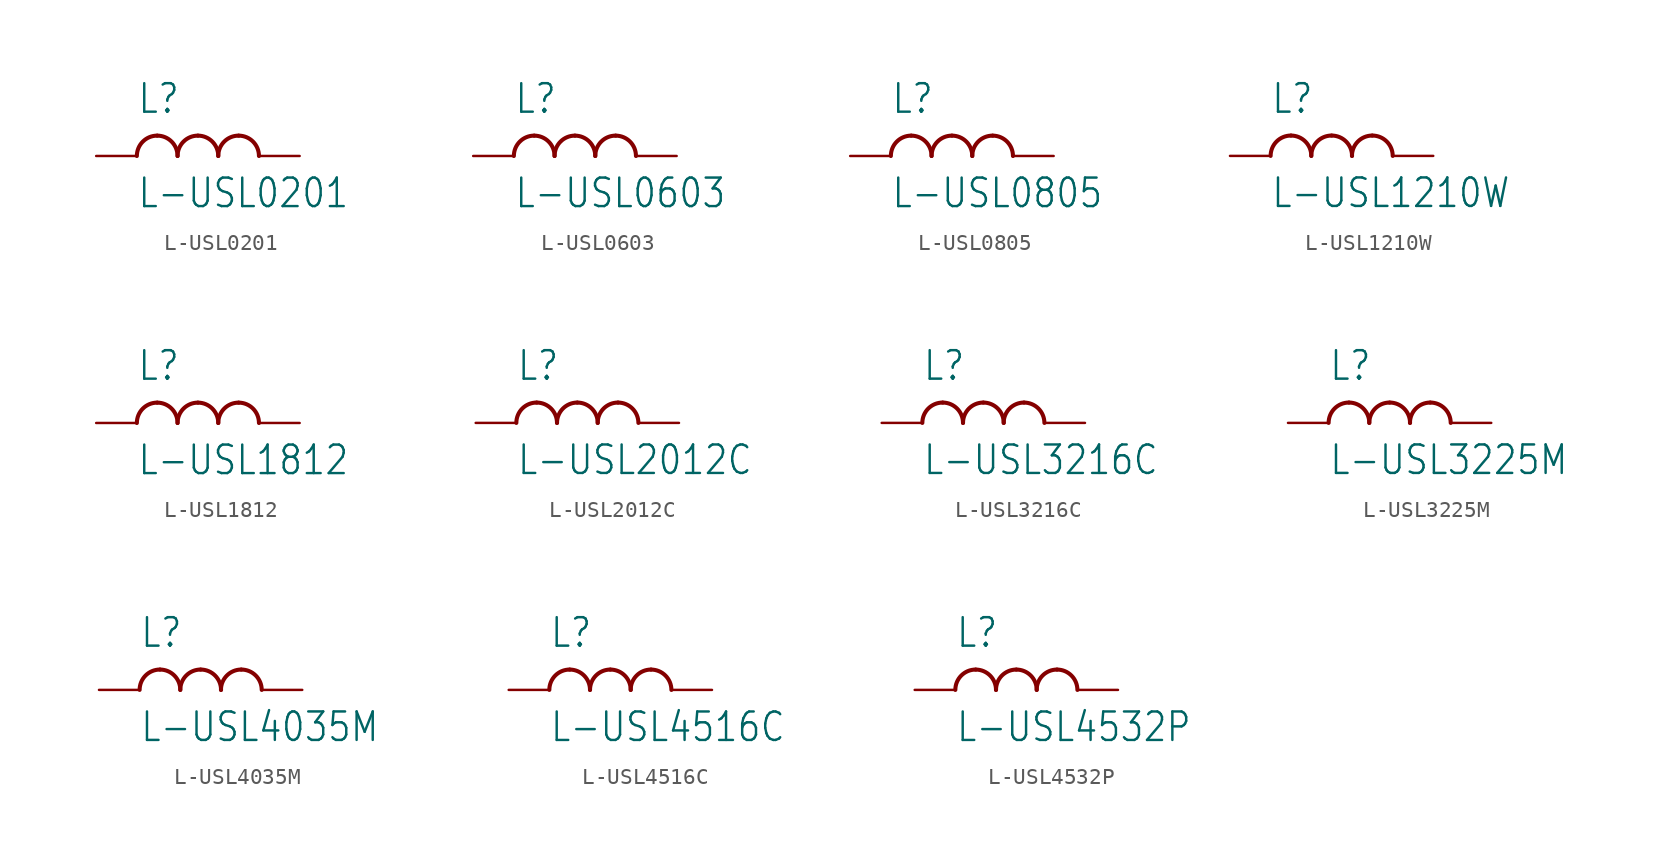
<source format=kicad_sym>
(kicad_symbol_lib
  (version 20211014)
  (generator kicad_symbol_editor)
  (symbol "L-USL0201"
    (property "Reference" "L"
      (at -5.08 2.54 0)
      (effects (font (size 1.778 1.511)) (justify left bottom)))
    (property "Value" "L-USL0201"
      (at -5.08 -1.27 0)
      (effects (font (size 1.778 1.511)) (justify left top)))
    (property "ki_locked" ""
      (at 0 0 0)
      (effects (font (size 1.27 1.27))))
    (symbol "L-USL0201_1_0"
      (arc (start -3.81 1.27) (mid -4.708 0.898) (end -5.08 0) (stroke (width 0.254) (type default) (color 0 0 0 0)) (fill (type none)))
      (arc (start -2.54 0) (mid -2.912 0.898) (end -3.81 1.27) (stroke (width 0.254) (type default) (color 0 0 0 0)) (fill (type none)))
      (arc (start -1.27 1.27) (mid -2.168 0.898) (end -2.54 0) (stroke (width 0.254) (type default) (color 0 0 0 0)) (fill (type none)))
      (arc (start 0 0) (mid -0.372 0.898) (end -1.27 1.27) (stroke (width 0.254) (type default) (color 0 0 0 0)) (fill (type none)))
      (arc (start 1.27 1.27) (mid 0.372 0.898) (end 0 0) (stroke (width 0.254) (type default) (color 0 0 0 0)) (fill (type none)))
      (arc (start 2.54 0) (mid 2.168 0.898) (end 1.27 1.27) (stroke (width 0.254) (type default) (color 0 0 0 0)) (fill (type none)))
      (pin passive line (at -7.62 0 0) (length 2.54) (name "1" (effects (font (size 0 0)))) (number "1" (effects (font (size 0 0)))))
      (pin passive line (at 5.08 0 180) (length 2.54) (name "2" (effects (font (size 0 0)))) (number "2" (effects (font (size 0 0)))))))
  (symbol "L-USL0603"
    (property "Reference" "L"
      (at -5.08 2.54 0)
      (effects (font (size 1.778 1.511)) (justify left bottom)))
    (property "Value" "L-USL0603"
      (at -5.08 -1.27 0)
      (effects (font (size 1.778 1.511)) (justify left top)))
    (property "ki_locked" ""
      (at 0 0 0)
      (effects (font (size 1.27 1.27))))
    (symbol "L-USL0603_1_0"
      (arc (start -3.81 1.27) (mid -4.708 0.898) (end -5.08 0) (stroke (width 0.254) (type default) (color 0 0 0 0)) (fill (type none)))
      (arc (start -2.54 0) (mid -2.912 0.898) (end -3.81 1.27) (stroke (width 0.254) (type default) (color 0 0 0 0)) (fill (type none)))
      (arc (start -1.27 1.27) (mid -2.168 0.898) (end -2.54 0) (stroke (width 0.254) (type default) (color 0 0 0 0)) (fill (type none)))
      (arc (start 0 0) (mid -0.372 0.898) (end -1.27 1.27) (stroke (width 0.254) (type default) (color 0 0 0 0)) (fill (type none)))
      (arc (start 1.27 1.27) (mid 0.372 0.898) (end 0 0) (stroke (width 0.254) (type default) (color 0 0 0 0)) (fill (type none)))
      (arc (start 2.54 0) (mid 2.168 0.898) (end 1.27 1.27) (stroke (width 0.254) (type default) (color 0 0 0 0)) (fill (type none)))
      (pin passive line (at -7.62 0 0) (length 2.54) (name "1" (effects (font (size 0 0)))) (number "1" (effects (font (size 0 0)))))
      (pin passive line (at 5.08 0 180) (length 2.54) (name "2" (effects (font (size 0 0)))) (number "2" (effects (font (size 0 0)))))))
  (symbol "L-USL0805"
    (property "Reference" "L"
      (at -5.08 2.54 0)
      (effects (font (size 1.778 1.511)) (justify left bottom)))
    (property "Value" "L-USL0805"
      (at -5.08 -1.27 0)
      (effects (font (size 1.778 1.511)) (justify left top)))
    (property "ki_locked" ""
      (at 0 0 0)
      (effects (font (size 1.27 1.27))))
    (symbol "L-USL0805_1_0"
      (arc (start -3.81 1.27) (mid -4.708 0.898) (end -5.08 0) (stroke (width 0.254) (type default) (color 0 0 0 0)) (fill (type none)))
      (arc (start -2.54 0) (mid -2.912 0.898) (end -3.81 1.27) (stroke (width 0.254) (type default) (color 0 0 0 0)) (fill (type none)))
      (arc (start -1.27 1.27) (mid -2.168 0.898) (end -2.54 0) (stroke (width 0.254) (type default) (color 0 0 0 0)) (fill (type none)))
      (arc (start 0 0) (mid -0.372 0.898) (end -1.27 1.27) (stroke (width 0.254) (type default) (color 0 0 0 0)) (fill (type none)))
      (arc (start 1.27 1.27) (mid 0.372 0.898) (end 0 0) (stroke (width 0.254) (type default) (color 0 0 0 0)) (fill (type none)))
      (arc (start 2.54 0) (mid 2.168 0.898) (end 1.27 1.27) (stroke (width 0.254) (type default) (color 0 0 0 0)) (fill (type none)))
      (pin passive line (at -7.62 0 0) (length 2.54) (name "1" (effects (font (size 0 0)))) (number "1" (effects (font (size 0 0)))))
      (pin passive line (at 5.08 0 180) (length 2.54) (name "2" (effects (font (size 0 0)))) (number "2" (effects (font (size 0 0)))))))
  (symbol "L-USL1210W"
    (property "Reference" "L"
      (at -5.08 2.54 0)
      (effects (font (size 1.778 1.511)) (justify left bottom)))
    (property "Value" "L-USL1210W"
      (at -5.08 -1.27 0)
      (effects (font (size 1.778 1.511)) (justify left top)))
    (property "ki_locked" ""
      (at 0 0 0)
      (effects (font (size 1.27 1.27))))
    (symbol "L-USL1210W_1_0"
      (arc (start -3.81 1.27) (mid -4.708 0.898) (end -5.08 0) (stroke (width 0.254) (type default) (color 0 0 0 0)) (fill (type none)))
      (arc (start -2.54 0) (mid -2.912 0.898) (end -3.81 1.27) (stroke (width 0.254) (type default) (color 0 0 0 0)) (fill (type none)))
      (arc (start -1.27 1.27) (mid -2.168 0.898) (end -2.54 0) (stroke (width 0.254) (type default) (color 0 0 0 0)) (fill (type none)))
      (arc (start 0 0) (mid -0.372 0.898) (end -1.27 1.27) (stroke (width 0.254) (type default) (color 0 0 0 0)) (fill (type none)))
      (arc (start 1.27 1.27) (mid 0.372 0.898) (end 0 0) (stroke (width 0.254) (type default) (color 0 0 0 0)) (fill (type none)))
      (arc (start 2.54 0) (mid 2.168 0.898) (end 1.27 1.27) (stroke (width 0.254) (type default) (color 0 0 0 0)) (fill (type none)))
      (pin passive line (at -7.62 0 0) (length 2.54) (name "1" (effects (font (size 0 0)))) (number "1" (effects (font (size 0 0)))))
      (pin passive line (at 5.08 0 180) (length 2.54) (name "2" (effects (font (size 0 0)))) (number "2" (effects (font (size 0 0)))))))
  (symbol "L-USL1812"
    (property "Reference" "L"
      (at -5.08 2.54 0)
      (effects (font (size 1.778 1.511)) (justify left bottom)))
    (property "Value" "L-USL1812"
      (at -5.08 -1.27 0)
      (effects (font (size 1.778 1.511)) (justify left top)))
    (property "ki_locked" ""
      (at 0 0 0)
      (effects (font (size 1.27 1.27))))
    (symbol "L-USL1812_1_0"
      (arc (start -3.81 1.27) (mid -4.708 0.898) (end -5.08 0) (stroke (width 0.254) (type default) (color 0 0 0 0)) (fill (type none)))
      (arc (start -2.54 0) (mid -2.912 0.898) (end -3.81 1.27) (stroke (width 0.254) (type default) (color 0 0 0 0)) (fill (type none)))
      (arc (start -1.27 1.27) (mid -2.168 0.898) (end -2.54 0) (stroke (width 0.254) (type default) (color 0 0 0 0)) (fill (type none)))
      (arc (start 0 0) (mid -0.372 0.898) (end -1.27 1.27) (stroke (width 0.254) (type default) (color 0 0 0 0)) (fill (type none)))
      (arc (start 1.27 1.27) (mid 0.372 0.898) (end 0 0) (stroke (width 0.254) (type default) (color 0 0 0 0)) (fill (type none)))
      (arc (start 2.54 0) (mid 2.168 0.898) (end 1.27 1.27) (stroke (width 0.254) (type default) (color 0 0 0 0)) (fill (type none)))
      (pin passive line (at -7.62 0 0) (length 2.54) (name "1" (effects (font (size 0 0)))) (number "1" (effects (font (size 0 0)))))
      (pin passive line (at 5.08 0 180) (length 2.54) (name "2" (effects (font (size 0 0)))) (number "2" (effects (font (size 0 0)))))))
  (symbol "L-USL2012C"
    (property "Reference" "L"
      (at -5.08 2.54 0)
      (effects (font (size 1.778 1.511)) (justify left bottom)))
    (property "Value" "L-USL2012C"
      (at -5.08 -1.27 0)
      (effects (font (size 1.778 1.511)) (justify left top)))
    (property "ki_locked" ""
      (at 0 0 0)
      (effects (font (size 1.27 1.27))))
    (symbol "L-USL2012C_1_0"
      (arc (start -3.81 1.27) (mid -4.708 0.898) (end -5.08 0) (stroke (width 0.254) (type default) (color 0 0 0 0)) (fill (type none)))
      (arc (start -2.54 0) (mid -2.912 0.898) (end -3.81 1.27) (stroke (width 0.254) (type default) (color 0 0 0 0)) (fill (type none)))
      (arc (start -1.27 1.27) (mid -2.168 0.898) (end -2.54 0) (stroke (width 0.254) (type default) (color 0 0 0 0)) (fill (type none)))
      (arc (start 0 0) (mid -0.372 0.898) (end -1.27 1.27) (stroke (width 0.254) (type default) (color 0 0 0 0)) (fill (type none)))
      (arc (start 1.27 1.27) (mid 0.372 0.898) (end 0 0) (stroke (width 0.254) (type default) (color 0 0 0 0)) (fill (type none)))
      (arc (start 2.54 0) (mid 2.168 0.898) (end 1.27 1.27) (stroke (width 0.254) (type default) (color 0 0 0 0)) (fill (type none)))
      (pin passive line (at -7.62 0 0) (length 2.54) (name "1" (effects (font (size 0 0)))) (number "1" (effects (font (size 0 0)))))
      (pin passive line (at 5.08 0 180) (length 2.54) (name "2" (effects (font (size 0 0)))) (number "2" (effects (font (size 0 0)))))))
  (symbol "L-USL3216C"
    (property "Reference" "L"
      (at -5.08 2.54 0)
      (effects (font (size 1.778 1.511)) (justify left bottom)))
    (property "Value" "L-USL3216C"
      (at -5.08 -1.27 0)
      (effects (font (size 1.778 1.511)) (justify left top)))
    (property "ki_locked" ""
      (at 0 0 0)
      (effects (font (size 1.27 1.27))))
    (symbol "L-USL3216C_1_0"
      (arc (start -3.81 1.27) (mid -4.708 0.898) (end -5.08 0) (stroke (width 0.254) (type default) (color 0 0 0 0)) (fill (type none)))
      (arc (start -2.54 0) (mid -2.912 0.898) (end -3.81 1.27) (stroke (width 0.254) (type default) (color 0 0 0 0)) (fill (type none)))
      (arc (start -1.27 1.27) (mid -2.168 0.898) (end -2.54 0) (stroke (width 0.254) (type default) (color 0 0 0 0)) (fill (type none)))
      (arc (start 0 0) (mid -0.372 0.898) (end -1.27 1.27) (stroke (width 0.254) (type default) (color 0 0 0 0)) (fill (type none)))
      (arc (start 1.27 1.27) (mid 0.372 0.898) (end 0 0) (stroke (width 0.254) (type default) (color 0 0 0 0)) (fill (type none)))
      (arc (start 2.54 0) (mid 2.168 0.898) (end 1.27 1.27) (stroke (width 0.254) (type default) (color 0 0 0 0)) (fill (type none)))
      (pin passive line (at -7.62 0 0) (length 2.54) (name "1" (effects (font (size 0 0)))) (number "1" (effects (font (size 0 0)))))
      (pin passive line (at 5.08 0 180) (length 2.54) (name "2" (effects (font (size 0 0)))) (number "2" (effects (font (size 0 0)))))))
  (symbol "L-USL3225M"
    (property "Reference" "L"
      (at -5.08 2.54 0)
      (effects (font (size 1.778 1.511)) (justify left bottom)))
    (property "Value" "L-USL3225M"
      (at -5.08 -1.27 0)
      (effects (font (size 1.778 1.511)) (justify left top)))
    (property "ki_locked" ""
      (at 0 0 0)
      (effects (font (size 1.27 1.27))))
    (symbol "L-USL3225M_1_0"
      (arc (start -3.81 1.27) (mid -4.708 0.898) (end -5.08 0) (stroke (width 0.254) (type default) (color 0 0 0 0)) (fill (type none)))
      (arc (start -2.54 0) (mid -2.912 0.898) (end -3.81 1.27) (stroke (width 0.254) (type default) (color 0 0 0 0)) (fill (type none)))
      (arc (start -1.27 1.27) (mid -2.168 0.898) (end -2.54 0) (stroke (width 0.254) (type default) (color 0 0 0 0)) (fill (type none)))
      (arc (start 0 0) (mid -0.372 0.898) (end -1.27 1.27) (stroke (width 0.254) (type default) (color 0 0 0 0)) (fill (type none)))
      (arc (start 1.27 1.27) (mid 0.372 0.898) (end 0 0) (stroke (width 0.254) (type default) (color 0 0 0 0)) (fill (type none)))
      (arc (start 2.54 0) (mid 2.168 0.898) (end 1.27 1.27) (stroke (width 0.254) (type default) (color 0 0 0 0)) (fill (type none)))
      (pin passive line (at -7.62 0 0) (length 2.54) (name "1" (effects (font (size 0 0)))) (number "1" (effects (font (size 0 0)))))
      (pin passive line (at 5.08 0 180) (length 2.54) (name "2" (effects (font (size 0 0)))) (number "2" (effects (font (size 0 0)))))))
  (symbol "L-USL4035M"
    (property "Reference" "L"
      (at -5.08 2.54 0)
      (effects (font (size 1.778 1.511)) (justify left bottom)))
    (property "Value" "L-USL4035M"
      (at -5.08 -1.27 0)
      (effects (font (size 1.778 1.511)) (justify left top)))
    (property "ki_locked" ""
      (at 0 0 0)
      (effects (font (size 1.27 1.27))))
    (symbol "L-USL4035M_1_0"
      (arc (start -3.81 1.27) (mid -4.708 0.898) (end -5.08 0) (stroke (width 0.254) (type default) (color 0 0 0 0)) (fill (type none)))
      (arc (start -2.54 0) (mid -2.912 0.898) (end -3.81 1.27) (stroke (width 0.254) (type default) (color 0 0 0 0)) (fill (type none)))
      (arc (start -1.27 1.27) (mid -2.168 0.898) (end -2.54 0) (stroke (width 0.254) (type default) (color 0 0 0 0)) (fill (type none)))
      (arc (start 0 0) (mid -0.372 0.898) (end -1.27 1.27) (stroke (width 0.254) (type default) (color 0 0 0 0)) (fill (type none)))
      (arc (start 1.27 1.27) (mid 0.372 0.898) (end 0 0) (stroke (width 0.254) (type default) (color 0 0 0 0)) (fill (type none)))
      (arc (start 2.54 0) (mid 2.168 0.898) (end 1.27 1.27) (stroke (width 0.254) (type default) (color 0 0 0 0)) (fill (type none)))
      (pin passive line (at -7.62 0 0) (length 2.54) (name "1" (effects (font (size 0 0)))) (number "1" (effects (font (size 0 0)))))
      (pin passive line (at 5.08 0 180) (length 2.54) (name "2" (effects (font (size 0 0)))) (number "2" (effects (font (size 0 0)))))))
  (symbol "L-USL4516C"
    (property "Reference" "L"
      (at -5.08 2.54 0)
      (effects (font (size 1.778 1.511)) (justify left bottom)))
    (property "Value" "L-USL4516C"
      (at -5.08 -1.27 0)
      (effects (font (size 1.778 1.511)) (justify left top)))
    (property "ki_locked" ""
      (at 0 0 0)
      (effects (font (size 1.27 1.27))))
    (symbol "L-USL4516C_1_0"
      (arc (start -3.81 1.27) (mid -4.708 0.898) (end -5.08 0) (stroke (width 0.254) (type default) (color 0 0 0 0)) (fill (type none)))
      (arc (start -2.54 0) (mid -2.912 0.898) (end -3.81 1.27) (stroke (width 0.254) (type default) (color 0 0 0 0)) (fill (type none)))
      (arc (start -1.27 1.27) (mid -2.168 0.898) (end -2.54 0) (stroke (width 0.254) (type default) (color 0 0 0 0)) (fill (type none)))
      (arc (start 0 0) (mid -0.372 0.898) (end -1.27 1.27) (stroke (width 0.254) (type default) (color 0 0 0 0)) (fill (type none)))
      (arc (start 1.27 1.27) (mid 0.372 0.898) (end 0 0) (stroke (width 0.254) (type default) (color 0 0 0 0)) (fill (type none)))
      (arc (start 2.54 0) (mid 2.168 0.898) (end 1.27 1.27) (stroke (width 0.254) (type default) (color 0 0 0 0)) (fill (type none)))
      (pin passive line (at -7.62 0 0) (length 2.54) (name "1" (effects (font (size 0 0)))) (number "1" (effects (font (size 0 0)))))
      (pin passive line (at 5.08 0 180) (length 2.54) (name "2" (effects (font (size 0 0)))) (number "2" (effects (font (size 0 0)))))))
  (symbol "L-USL4532P"
    (property "Reference" "L"
      (at -5.08 2.54 0)
      (effects (font (size 1.778 1.511)) (justify left bottom)))
    (property "Value" "L-USL4532P"
      (at -5.08 -1.27 0)
      (effects (font (size 1.778 1.511)) (justify left top)))
    (property "ki_locked" ""
      (at 0 0 0)
      (effects (font (size 1.27 1.27))))
    (symbol "L-USL4532P_1_0"
      (arc (start -3.81 1.27) (mid -4.708 0.898) (end -5.08 0) (stroke (width 0.254) (type default) (color 0 0 0 0)) (fill (type none)))
      (arc (start -2.54 0) (mid -2.912 0.898) (end -3.81 1.27) (stroke (width 0.254) (type default) (color 0 0 0 0)) (fill (type none)))
      (arc (start -1.27 1.27) (mid -2.168 0.898) (end -2.54 0) (stroke (width 0.254) (type default) (color 0 0 0 0)) (fill (type none)))
      (arc (start 0 0) (mid -0.372 0.898) (end -1.27 1.27) (stroke (width 0.254) (type default) (color 0 0 0 0)) (fill (type none)))
      (arc (start 1.27 1.27) (mid 0.372 0.898) (end 0 0) (stroke (width 0.254) (type default) (color 0 0 0 0)) (fill (type none)))
      (arc (start 2.54 0) (mid 2.168 0.898) (end 1.27 1.27) (stroke (width 0.254) (type default) (color 0 0 0 0)) (fill (type none)))
      (pin passive line (at -7.62 0 0) (length 2.54) (name "1" (effects (font (size 0 0)))) (number "1" (effects (font (size 0 0)))))
      (pin passive line (at 5.08 0 180) (length 2.54) (name "2" (effects (font (size 0 0)))) (number "2" (effects (font (size 0 0))))))))
</source>
